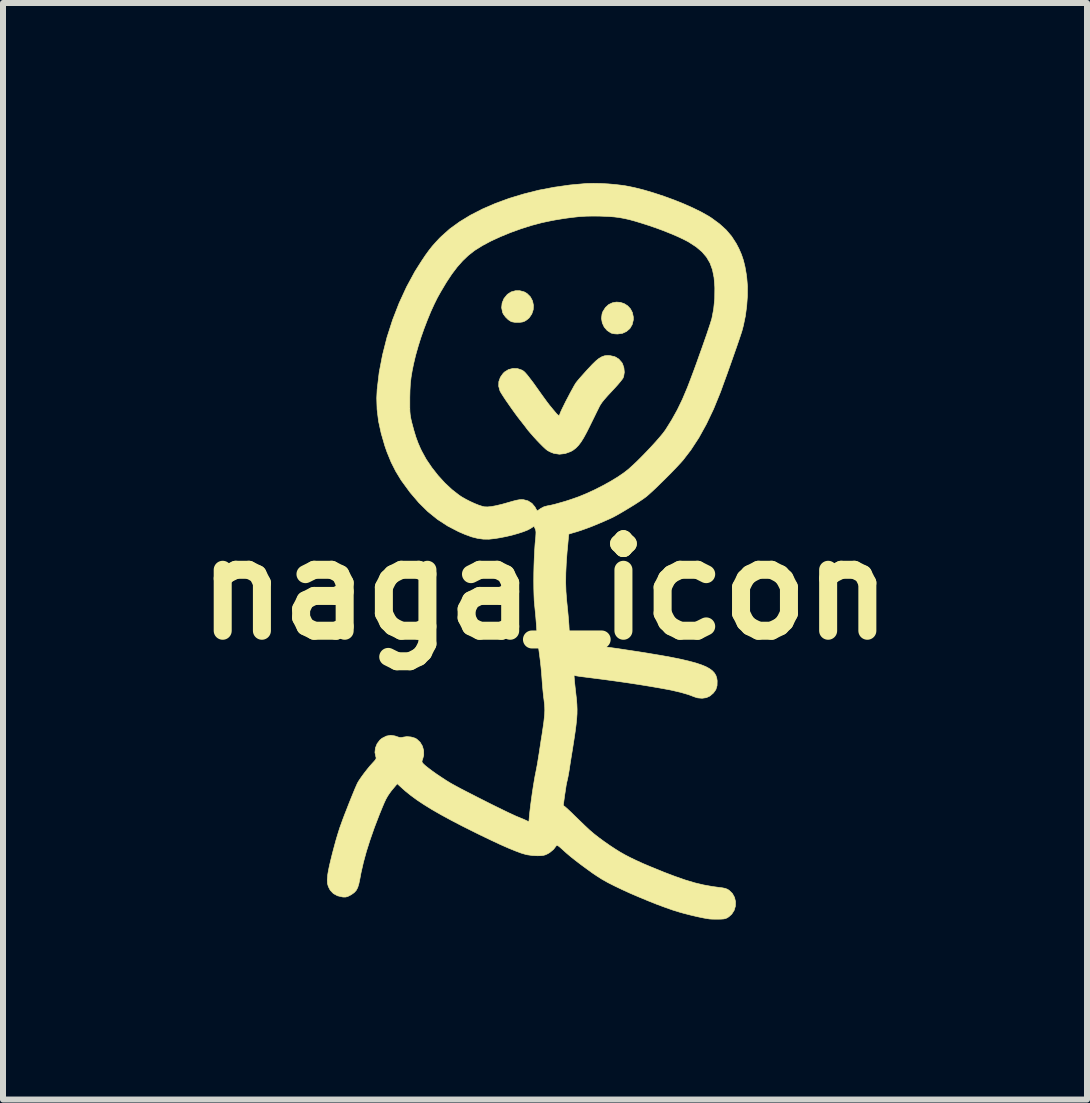
<source format=kicad_pcb>
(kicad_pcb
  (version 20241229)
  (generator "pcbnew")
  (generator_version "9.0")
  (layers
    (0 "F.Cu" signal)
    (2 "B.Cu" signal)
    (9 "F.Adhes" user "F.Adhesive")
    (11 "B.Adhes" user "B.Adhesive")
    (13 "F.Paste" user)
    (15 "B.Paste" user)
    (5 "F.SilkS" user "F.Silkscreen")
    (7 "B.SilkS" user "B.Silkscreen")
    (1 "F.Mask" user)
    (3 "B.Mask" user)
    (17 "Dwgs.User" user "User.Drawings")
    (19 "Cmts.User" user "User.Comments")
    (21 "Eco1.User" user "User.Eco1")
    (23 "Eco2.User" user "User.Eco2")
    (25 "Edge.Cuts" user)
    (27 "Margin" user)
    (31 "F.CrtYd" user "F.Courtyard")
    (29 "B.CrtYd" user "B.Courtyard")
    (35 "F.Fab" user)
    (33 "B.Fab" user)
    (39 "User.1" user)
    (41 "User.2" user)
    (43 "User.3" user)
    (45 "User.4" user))
  (footprint "naga_icon"
    (layer "F.Cu")
    (at 6.031 6.77)
    (property "Reference" "naga_icon" (at 0 0 0) (layer "F.SilkS") (effects (font (size 1.524 1.524) (thickness 0.3))))
    (attr through_hole)
    (fp_poly (pts (xy 1.255 -4.782) (xy 1.319 -4.761) (xy 1.375 -4.726) (xy 1.422 -4.676) (xy 1.455 -4.614) (xy 1.471 -4.539) (xy 1.471 -4.489) (xy 1.452 -4.412) (xy 1.414 -4.347) (xy 1.358 -4.298) (xy 1.289 -4.266) (xy 1.208 -4.255) (xy 1.208 -4.255) (xy 1.16 -4.258) (xy 1.117 -4.266) (xy 1.099 -4.272) (xy 1.035 -4.314) (xy 0.986 -4.371) (xy 0.954 -4.44) (xy 0.941 -4.515) (xy 0.95 -4.59) (xy 0.964 -4.629) (xy 1.007 -4.697) (xy 1.061 -4.746) (xy 1.123 -4.775) (xy 1.189 -4.787) (xy 1.255 -4.782)) (stroke (width 0.01) (type solid)) (fill yes) (layer "F.SilkS"))
    (fp_poly (pts (xy -0.347 -4.957) (xy -0.3 -4.93) (xy -0.244 -4.874) (xy -0.208 -4.806) (xy -0.193 -4.733) (xy -0.197 -4.659) (xy -0.221 -4.588) (xy -0.264 -4.525) (xy -0.302 -4.492) (xy -0.338 -4.469) (xy -0.372 -4.456) (xy -0.415 -4.45) (xy -0.442 -4.449) (xy -0.505 -4.45) (xy -0.555 -4.459) (xy -0.567 -4.464) (xy -0.612 -4.493) (xy -0.657 -4.537) (xy -0.693 -4.585) (xy -0.707 -4.614) (xy -0.723 -4.693) (xy -0.715 -4.771) (xy -0.684 -4.846) (xy -0.631 -4.911) (xy -0.625 -4.917) (xy -0.565 -4.956) (xy -0.493 -4.976) (xy -0.419 -4.976) (xy -0.347 -4.957)) (stroke (width 0.01) (type solid)) (fill yes) (layer "F.SilkS"))
    (fp_poly (pts (xy 1.082 -3.895) (xy 1.163 -3.877) (xy 1.228 -3.838) (xy 1.28 -3.779) (xy 1.291 -3.759) (xy 1.314 -3.692) (xy 1.321 -3.618) (xy 1.31 -3.548) (xy 1.299 -3.52) (xy 1.283 -3.497) (xy 1.253 -3.459) (xy 1.212 -3.41) (xy 1.162 -3.355) (xy 1.112 -3.301) (xy 1.043 -3.227) (xy 0.99 -3.167) (xy 0.95 -3.117) (xy 0.921 -3.074) (xy 0.904 -3.043) (xy 0.885 -3.004) (xy 0.857 -2.948) (xy 0.824 -2.88) (xy 0.787 -2.805) (xy 0.749 -2.728) (xy 0.749 -2.727) (xy 0.693 -2.616) (xy 0.644 -2.526) (xy 0.599 -2.454) (xy 0.556 -2.398) (xy 0.514 -2.355) (xy 0.47 -2.321) (xy 0.429 -2.297) (xy 0.335 -2.263) (xy 0.24 -2.252) (xy 0.148 -2.266) (xy 0.1 -2.284) (xy 0.052 -2.308) (xy 0.039 -2.316) (xy 0.011 -2.338) (xy -0.03 -2.376) (xy -0.079 -2.425) (xy -0.133 -2.481) (xy -0.186 -2.539) (xy -0.236 -2.596) (xy -0.279 -2.646) (xy -0.3 -2.673) (xy -0.332 -2.716) (xy -0.372 -2.767) (xy -0.411 -2.817) (xy -0.413 -2.819) (xy -0.453 -2.871) (xy -0.499 -2.933) (xy -0.548 -3.001) (xy -0.597 -3.071) (xy -0.645 -3.14) (xy -0.687 -3.203) (xy -0.721 -3.256) (xy -0.744 -3.294) (xy -0.751 -3.308) (xy -0.772 -3.384) (xy -0.77 -3.461) (xy -0.744 -3.534) (xy -0.697 -3.6) (xy -0.673 -3.623) (xy -0.608 -3.663) (xy -0.535 -3.681) (xy -0.459 -3.679) (xy -0.386 -3.654) (xy -0.355 -3.635) (xy -0.331 -3.612) (xy -0.295 -3.571) (xy -0.251 -3.514) (xy -0.198 -3.445) (xy -0.146 -3.372) (xy -0.095 -3.3) (xy -0.045 -3.23) (xy 0.000242 -3.168) (xy 0.038 -3.116) (xy 0.066 -3.08) (xy 0.071 -3.073) (xy 0.126 -3.006) (xy 0.167 -2.957) (xy 0.196 -2.923) (xy 0.217 -2.904) (xy 0.23 -2.897) (xy 0.238 -2.901) (xy 0.244 -2.912) (xy 0.248 -2.924) (xy 0.26 -2.955) (xy 0.282 -3.003) (xy 0.312 -3.064) (xy 0.346 -3.133) (xy 0.384 -3.205) (xy 0.421 -3.276) (xy 0.457 -3.341) (xy 0.487 -3.396) (xy 0.511 -3.435) (xy 0.52 -3.448) (xy 0.545 -3.479) (xy 0.583 -3.524) (xy 0.631 -3.578) (xy 0.683 -3.636) (xy 0.716 -3.672) (xy 0.788 -3.749) (xy 0.848 -3.807) (xy 0.9 -3.849) (xy 0.947 -3.876) (xy 0.992 -3.892) (xy 1.039 -3.897) (xy 1.082 -3.895)) (stroke (width 0.01) (type solid)) (fill yes) (layer "F.SilkS"))
    (fp_poly (pts (xy 0.926 -6.763) (xy 1.053 -6.756) (xy 1.178 -6.745) (xy 1.294 -6.731) (xy 1.34 -6.724) (xy 1.486 -6.695) (xy 1.645 -6.655) (xy 1.81 -6.606) (xy 1.98 -6.55) (xy 2.148 -6.489) (xy 2.31 -6.424) (xy 2.463 -6.356) (xy 2.601 -6.288) (xy 2.721 -6.221) (xy 2.773 -6.188) (xy 2.905 -6.091) (xy 3.016 -5.991) (xy 3.108 -5.883) (xy 3.185 -5.764) (xy 3.231 -5.676) (xy 3.273 -5.579) (xy 3.306 -5.481) (xy 3.332 -5.374) (xy 3.353 -5.253) (xy 3.361 -5.194) (xy 3.373 -5.049) (xy 3.372 -4.889) (xy 3.36 -4.722) (xy 3.338 -4.555) (xy 3.305 -4.396) (xy 3.281 -4.305) (xy 3.267 -4.262) (xy 3.246 -4.199) (xy 3.219 -4.119) (xy 3.187 -4.026) (xy 3.151 -3.924) (xy 3.113 -3.815) (xy 3.074 -3.705) (xy 3.035 -3.595) (xy 2.997 -3.491) (xy 2.962 -3.395) (xy 2.932 -3.311) (xy 2.919 -3.277) (xy 2.808 -3.005) (xy 2.689 -2.755) (xy 2.563 -2.527) (xy 2.429 -2.322) (xy 2.299 -2.153) (xy 2.259 -2.108) (xy 2.206 -2.051) (xy 2.143 -1.985) (xy 2.073 -1.913) (xy 1.999 -1.839) (xy 1.925 -1.767) (xy 1.855 -1.698) (xy 1.79 -1.637) (xy 1.735 -1.587) (xy 1.694 -1.551) (xy 1.684 -1.543) (xy 1.633 -1.506) (xy 1.566 -1.461) (xy 1.487 -1.41) (xy 1.402 -1.358) (xy 1.316 -1.306) (xy 1.234 -1.258) (xy 1.162 -1.218) (xy 1.162 -1.218) (xy 1.09 -1.182) (xy 1 -1.142) (xy 0.9 -1.099) (xy 0.796 -1.056) (xy 0.694 -1.017) (xy 0.601 -0.984) (xy 0.524 -0.959) (xy 0.519 -0.958) (xy 0.468 -0.943) (xy 0.427 -0.931) (xy 0.402 -0.923) (xy 0.397 -0.922) (xy 0.395 -0.909) (xy 0.391 -0.874) (xy 0.386 -0.822) (xy 0.38 -0.754) (xy 0.373 -0.676) (xy 0.368 -0.631) (xy 0.354 -0.441) (xy 0.346 -0.271) (xy 0.344 -0.113) (xy 0.349 0.038) (xy 0.361 0.189) (xy 0.367 0.248) (xy 0.376 0.336) (xy 0.385 0.431) (xy 0.393 0.523) (xy 0.399 0.603) (xy 0.4 0.629) (xy 0.404 0.697) (xy 0.409 0.761) (xy 0.413 0.815) (xy 0.417 0.85) (xy 0.417 0.851) (xy 0.425 0.908) (xy 0.489 0.904) (xy 0.526 0.905) (xy 0.585 0.909) (xy 0.665 0.917) (xy 0.761 0.928) (xy 0.872 0.941) (xy 0.996 0.957) (xy 1.129 0.975) (xy 1.268 0.995) (xy 1.412 1.017) (xy 1.558 1.039) (xy 1.703 1.062) (xy 1.737 1.068) (xy 1.936 1.101) (xy 2.111 1.133) (xy 2.264 1.164) (xy 2.396 1.195) (xy 2.508 1.225) (xy 2.602 1.256) (xy 2.679 1.287) (xy 2.741 1.321) (xy 2.789 1.357) (xy 2.824 1.395) (xy 2.848 1.437) (xy 2.862 1.483) (xy 2.868 1.523) (xy 2.866 1.604) (xy 2.846 1.67) (xy 2.805 1.727) (xy 2.746 1.777) (xy 2.688 1.804) (xy 2.618 1.814) (xy 2.545 1.808) (xy 2.495 1.793) (xy 2.389 1.753) (xy 2.262 1.716) (xy 2.117 1.682) (xy 2.064 1.671) (xy 1.916 1.644) (xy 1.748 1.615) (xy 1.564 1.585) (xy 1.367 1.555) (xy 1.163 1.526) (xy 0.957 1.498) (xy 0.752 1.472) (xy 0.705 1.466) (xy 0.642 1.458) (xy 0.585 1.451) (xy 0.542 1.444) (xy 0.518 1.44) (xy 0.483 1.433) (xy 0.49 1.52) (xy 0.495 1.57) (xy 0.502 1.635) (xy 0.51 1.706) (xy 0.515 1.752) (xy 0.525 1.839) (xy 0.531 1.919) (xy 0.534 1.997) (xy 0.533 2.076) (xy 0.527 2.162) (xy 0.517 2.258) (xy 0.503 2.367) (xy 0.484 2.495) (xy 0.47 2.584) (xy 0.456 2.674) (xy 0.44 2.771) (xy 0.425 2.865) (xy 0.412 2.948) (xy 0.407 2.985) (xy 0.396 3.051) (xy 0.385 3.112) (xy 0.375 3.16) (xy 0.368 3.191) (xy 0.367 3.194) (xy 0.361 3.22) (xy 0.352 3.266) (xy 0.343 3.325) (xy 0.333 3.393) (xy 0.329 3.416) (xy 0.304 3.6) (xy 0.335 3.623) (xy 0.352 3.638) (xy 0.385 3.668) (xy 0.43 3.71) (xy 0.483 3.762) (xy 0.543 3.82) (xy 0.575 3.851) (xy 0.664 3.937) (xy 0.742 4.01) (xy 0.817 4.074) (xy 0.895 4.135) (xy 0.981 4.198) (xy 0.989 4.204) (xy 1.078 4.266) (xy 1.163 4.322) (xy 1.246 4.374) (xy 1.332 4.423) (xy 1.423 4.47) (xy 1.523 4.518) (xy 1.635 4.569) (xy 1.763 4.623) (xy 1.911 4.683) (xy 1.981 4.712) (xy 2.168 4.783) (xy 2.337 4.842) (xy 2.494 4.889) (xy 2.641 4.924) (xy 2.785 4.95) (xy 2.895 4.965) (xy 2.958 4.973) (xy 3.002 4.982) (xy 3.036 4.995) (xy 3.066 5.013) (xy 3.066 5.013) (xy 3.121 5.066) (xy 3.157 5.131) (xy 3.174 5.203) (xy 3.172 5.277) (xy 3.151 5.348) (xy 3.111 5.411) (xy 3.063 5.454) (xy 3.034 5.473) (xy 3.008 5.484) (xy 2.977 5.491) (xy 2.934 5.494) (xy 2.891 5.495) (xy 2.835 5.495) (xy 2.783 5.494) (xy 2.746 5.492) (xy 2.737 5.491) (xy 2.647 5.476) (xy 2.541 5.454) (xy 2.426 5.427) (xy 2.309 5.397) (xy 2.238 5.377) (xy 2.125 5.342) (xy 1.998 5.297) (xy 1.86 5.246) (xy 1.715 5.188) (xy 1.568 5.127) (xy 1.423 5.065) (xy 1.285 5.002) (xy 1.158 4.941) (xy 1.045 4.884) (xy 0.953 4.832) (xy 0.946 4.828) (xy 0.875 4.783) (xy 0.79 4.726) (xy 0.699 4.66) (xy 0.605 4.591) (xy 0.513 4.521) (xy 0.431 4.456) (xy 0.361 4.397) (xy 0.332 4.371) (xy 0.279 4.323) (xy 0.241 4.29) (xy 0.216 4.271) (xy 0.2 4.265) (xy 0.191 4.267) (xy 0.189 4.27) (xy 0.142 4.332) (xy 0.078 4.385) (xy 0.046 4.404) (xy 0.008 4.422) (xy -0.027 4.432) (xy -0.069 4.437) (xy -0.127 4.438) (xy -0.127 4.438) (xy -0.211 4.434) (xy -0.296 4.422) (xy -0.33 4.414) (xy -0.403 4.392) (xy -0.496 4.357) (xy -0.611 4.31) (xy -0.747 4.25) (xy -0.905 4.176) (xy -1.084 4.09) (xy -1.173 4.046) (xy -1.383 3.941) (xy -1.571 3.843) (xy -1.738 3.752) (xy -1.886 3.667) (xy -2.017 3.586) (xy -2.133 3.509) (xy -2.235 3.434) (xy -2.326 3.361) (xy -2.371 3.321) (xy -2.462 3.238) (xy -2.518 3.305) (xy -2.559 3.354) (xy -2.592 3.399) (xy -2.622 3.444) (xy -2.65 3.494) (xy -2.678 3.553) (xy -2.709 3.626) (xy -2.746 3.717) (xy -2.757 3.743) (xy -2.843 3.967) (xy -2.915 4.173) (xy -2.976 4.365) (xy -3.026 4.548) (xy -3.066 4.723) (xy -3.085 4.825) (xy -3.102 4.906) (xy -3.121 4.968) (xy -3.146 5.015) (xy -3.18 5.052) (xy -3.226 5.085) (xy -3.246 5.096) (xy -3.287 5.117) (xy -3.322 5.126) (xy -3.363 5.126) (xy -3.378 5.124) (xy -3.458 5.105) (xy -3.526 5.068) (xy -3.577 5.015) (xy -3.586 5) (xy -3.611 4.95) (xy -3.625 4.9) (xy -3.628 4.842) (xy -3.622 4.769) (xy -3.62 4.749) (xy -3.609 4.685) (xy -3.592 4.602) (xy -3.569 4.506) (xy -3.543 4.4) (xy -3.514 4.291) (xy -3.485 4.184) (xy -3.455 4.083) (xy -3.427 3.994) (xy -3.421 3.975) (xy -3.399 3.914) (xy -3.372 3.839) (xy -3.34 3.754) (xy -3.304 3.663) (xy -3.268 3.57) (xy -3.232 3.48) (xy -3.198 3.397) (xy -3.168 3.324) (xy -3.143 3.267) (xy -3.126 3.229) (xy -3.125 3.227) (xy -3.1 3.185) (xy -3.062 3.129) (xy -3.016 3.066) (xy -2.967 3.003) (xy -2.918 2.943) (xy -2.874 2.894) (xy -2.874 2.894) (xy -2.84 2.857) (xy -2.821 2.832) (xy -2.814 2.814) (xy -2.816 2.796) (xy -2.819 2.789) (xy -2.834 2.716) (xy -2.826 2.642) (xy -2.798 2.572) (xy -2.752 2.511) (xy -2.716 2.481) (xy -2.643 2.444) (xy -2.572 2.431) (xy -2.499 2.442) (xy -2.475 2.451) (xy -2.431 2.465) (xy -2.4 2.469) (xy -2.37 2.464) (xy -2.364 2.462) (xy -2.302 2.453) (xy -2.233 2.459) (xy -2.167 2.478) (xy -2.137 2.495) (xy -2.082 2.546) (xy -2.043 2.611) (xy -2.022 2.686) (xy -2.021 2.762) (xy -2.039 2.828) (xy -2.05 2.859) (xy -2.049 2.879) (xy -2.033 2.9) (xy -2.025 2.909) (xy -1.991 2.94) (xy -1.939 2.981) (xy -1.875 3.029) (xy -1.802 3.081) (xy -1.725 3.132) (xy -1.649 3.182) (xy -1.579 3.225) (xy -1.542 3.246) (xy -1.478 3.281) (xy -1.4 3.323) (xy -1.309 3.37) (xy -1.209 3.421) (xy -1.104 3.475) (xy -0.997 3.529) (xy -0.89 3.583) (xy -0.788 3.633) (xy -0.692 3.68) (xy -0.607 3.721) (xy -0.536 3.754) (xy -0.482 3.779) (xy -0.455 3.79) (xy -0.402 3.812) (xy -0.353 3.832) (xy -0.316 3.849) (xy -0.307 3.853) (xy -0.269 3.873) (xy -0.261 3.781) (xy -0.253 3.703) (xy -0.242 3.608) (xy -0.228 3.503) (xy -0.213 3.395) (xy -0.197 3.29) (xy -0.181 3.193) (xy -0.167 3.112) (xy -0.159 3.073) (xy -0.144 2.997) (xy -0.128 2.912) (xy -0.115 2.832) (xy -0.109 2.794) (xy -0.097 2.721) (xy -0.085 2.639) (xy -0.073 2.564) (xy -0.07 2.54) (xy -0.049 2.41) (xy -0.033 2.301) (xy -0.02 2.211) (xy -0.012 2.136) (xy -0.006 2.072) (xy -0.004 2.017) (xy -0.005 1.967) (xy -0.008 1.919) (xy -0.014 1.869) (xy -0.017 1.841) (xy -0.025 1.782) (xy -0.033 1.704) (xy -0.041 1.618) (xy -0.048 1.53) (xy -0.051 1.486) (xy -0.058 1.392) (xy -0.068 1.287) (xy -0.08 1.181) (xy -0.092 1.086) (xy -0.096 1.059) (xy -0.108 0.967) (xy -0.12 0.862) (xy -0.131 0.755) (xy -0.139 0.659) (xy -0.14 0.646) (xy -0.146 0.558) (xy -0.154 0.461) (xy -0.163 0.366) (xy -0.171 0.284) (xy -0.173 0.267) (xy -0.18 0.191) (xy -0.184 0.095) (xy -0.187 -0.017) (xy -0.188 -0.14) (xy -0.187 -0.269) (xy -0.184 -0.4) (xy -0.179 -0.528) (xy -0.173 -0.648) (xy -0.166 -0.756) (xy -0.162 -0.798) (xy -0.155 -0.868) (xy -0.152 -0.919) (xy -0.151 -0.954) (xy -0.154 -0.98) (xy -0.16 -1.001) (xy -0.164 -1.01) (xy -0.184 -1.054) (xy -0.24 -1.016) (xy -0.288 -0.99) (xy -0.358 -0.962) (xy -0.444 -0.934) (xy -0.542 -0.906) (xy -0.647 -0.881) (xy -0.755 -0.86) (xy -0.834 -0.847) (xy -0.934 -0.836) (xy -1.028 -0.837) (xy -1.123 -0.85) (xy -1.222 -0.875) (xy -1.332 -0.915) (xy -1.441 -0.962) (xy -1.622 -1.056) (xy -1.791 -1.166) (xy -1.951 -1.295) (xy -2.102 -1.444) (xy -2.248 -1.615) (xy -2.39 -1.809) (xy -2.399 -1.822) (xy -2.487 -1.967) (xy -2.564 -2.119) (xy -2.633 -2.288) (xy -2.668 -2.388) (xy -2.73 -2.601) (xy -2.774 -2.802) (xy -2.798 -2.996) (xy -2.801 -3.085) (xy -2.253 -3.085) (xy -2.253 -3.015) (xy -2.251 -2.96) (xy -2.247 -2.915) (xy -2.241 -2.875) (xy -2.233 -2.833) (xy -2.222 -2.786) (xy -2.219 -2.775) (xy -2.185 -2.648) (xy -2.152 -2.539) (xy -2.116 -2.441) (xy -2.076 -2.348) (xy -2.055 -2.305) (xy -1.98 -2.168) (xy -1.887 -2.031) (xy -1.782 -1.897) (xy -1.669 -1.773) (xy -1.551 -1.663) (xy -1.433 -1.571) (xy -1.387 -1.54) (xy -1.32 -1.502) (xy -1.246 -1.464) (xy -1.171 -1.43) (xy -1.101 -1.402) (xy -1.041 -1.383) (xy -1.01 -1.376) (xy -0.959 -1.374) (xy -0.895 -1.38) (xy -0.814 -1.395) (xy -0.714 -1.419) (xy -0.604 -1.45) (xy -0.528 -1.472) (xy -0.471 -1.486) (xy -0.427 -1.494) (xy -0.392 -1.496) (xy -0.36 -1.495) (xy -0.284 -1.475) (xy -0.218 -1.433) (xy -0.168 -1.373) (xy -0.162 -1.362) (xy -0.145 -1.331) (xy -0.133 -1.311) (xy -0.13 -1.308) (xy -0.119 -1.315) (xy -0.094 -1.332) (xy -0.075 -1.346) (xy -0.019 -1.376) (xy 0.036 -1.391) (xy 0.091 -1.401) (xy 0.163 -1.418) (xy 0.248 -1.442) (xy 0.339 -1.468) (xy 0.431 -1.498) (xy 0.517 -1.528) (xy 0.565 -1.545) (xy 0.698 -1.6) (xy 0.834 -1.663) (xy 0.969 -1.732) (xy 1.097 -1.803) (xy 1.215 -1.875) (xy 1.317 -1.945) (xy 1.389 -2.001) (xy 1.455 -2.061) (xy 1.53 -2.131) (xy 1.609 -2.21) (xy 1.691 -2.294) (xy 1.77 -2.378) (xy 1.845 -2.46) (xy 1.911 -2.536) (xy 1.966 -2.602) (xy 2.006 -2.656) (xy 2.01 -2.662) (xy 2.111 -2.824) (xy 2.204 -2.991) (xy 2.29 -3.169) (xy 2.372 -3.363) (xy 2.429 -3.512) (xy 2.478 -3.643) (xy 2.526 -3.774) (xy 2.572 -3.904) (xy 2.617 -4.029) (xy 2.658 -4.146) (xy 2.695 -4.252) (xy 2.726 -4.345) (xy 2.752 -4.423) (xy 2.77 -4.482) (xy 2.78 -4.515) (xy 2.81 -4.672) (xy 2.827 -4.843) (xy 2.829 -5.019) (xy 2.828 -5.048) (xy 2.816 -5.196) (xy 2.79 -5.325) (xy 2.749 -5.437) (xy 2.691 -5.536) (xy 2.615 -5.625) (xy 2.518 -5.707) (xy 2.398 -5.785) (xy 2.375 -5.798) (xy 2.299 -5.837) (xy 2.203 -5.882) (xy 2.094 -5.928) (xy 1.975 -5.976) (xy 1.853 -6.021) (xy 1.734 -6.062) (xy 1.606 -6.103) (xy 1.497 -6.136) (xy 1.402 -6.162) (xy 1.316 -6.181) (xy 1.234 -6.196) (xy 1.152 -6.206) (xy 1.064 -6.213) (xy 0.965 -6.217) (xy 0.914 -6.219) (xy 0.797 -6.22) (xy 0.684 -6.218) (xy 0.572 -6.211) (xy 0.454 -6.198) (xy 0.325 -6.181) (xy 0.179 -6.157) (xy 0.118 -6.146) (xy -0.049 -6.111) (xy -0.223 -6.065) (xy -0.399 -6.009) (xy -0.574 -5.946) (xy -0.742 -5.877) (xy -0.899 -5.805) (xy -1.04 -5.73) (xy -1.162 -5.654) (xy -1.185 -5.638) (xy -1.281 -5.562) (xy -1.373 -5.474) (xy -1.464 -5.371) (xy -1.554 -5.252) (xy -1.646 -5.113) (xy -1.741 -4.953) (xy -1.794 -4.858) (xy -1.847 -4.751) (xy -1.904 -4.626) (xy -1.961 -4.487) (xy -2.017 -4.341) (xy -2.069 -4.193) (xy -2.114 -4.049) (xy -2.152 -3.915) (xy -2.158 -3.893) (xy -2.19 -3.758) (xy -2.214 -3.64) (xy -2.232 -3.532) (xy -2.244 -3.427) (xy -2.25 -3.318) (xy -2.253 -3.198) (xy -2.253 -3.175) (xy -2.253 -3.085) (xy -2.801 -3.085) (xy -2.804 -3.188) (xy -2.797 -3.331) (xy -2.763 -3.617) (xy -2.707 -3.908) (xy -2.633 -4.2) (xy -2.54 -4.489) (xy -2.431 -4.77) (xy -2.307 -5.039) (xy -2.17 -5.292) (xy -2.12 -5.372) (xy -2.051 -5.48) (xy -1.99 -5.571) (xy -1.934 -5.648) (xy -1.879 -5.718) (xy -1.82 -5.784) (xy -1.756 -5.853) (xy -1.727 -5.881) (xy -1.587 -6.006) (xy -1.424 -6.124) (xy -1.242 -6.235) (xy -1.041 -6.338) (xy -0.824 -6.432) (xy -0.594 -6.516) (xy -0.352 -6.589) (xy -0.102 -6.652) (xy 0.156 -6.701) (xy 0.417 -6.738) (xy 0.682 -6.762) (xy 0.705 -6.763) (xy 0.807 -6.765) (xy 0.926 -6.763)) (stroke (width 0.01) (type solid)) (fill yes) (layer "F.SilkS")))
  (gr_rect
    (start -3 -3)
    (end 15.061 15.27)
    (stroke (width 0.1) (type default))
    (fill no)
    (layer "Edge.Cuts")))
</source>
